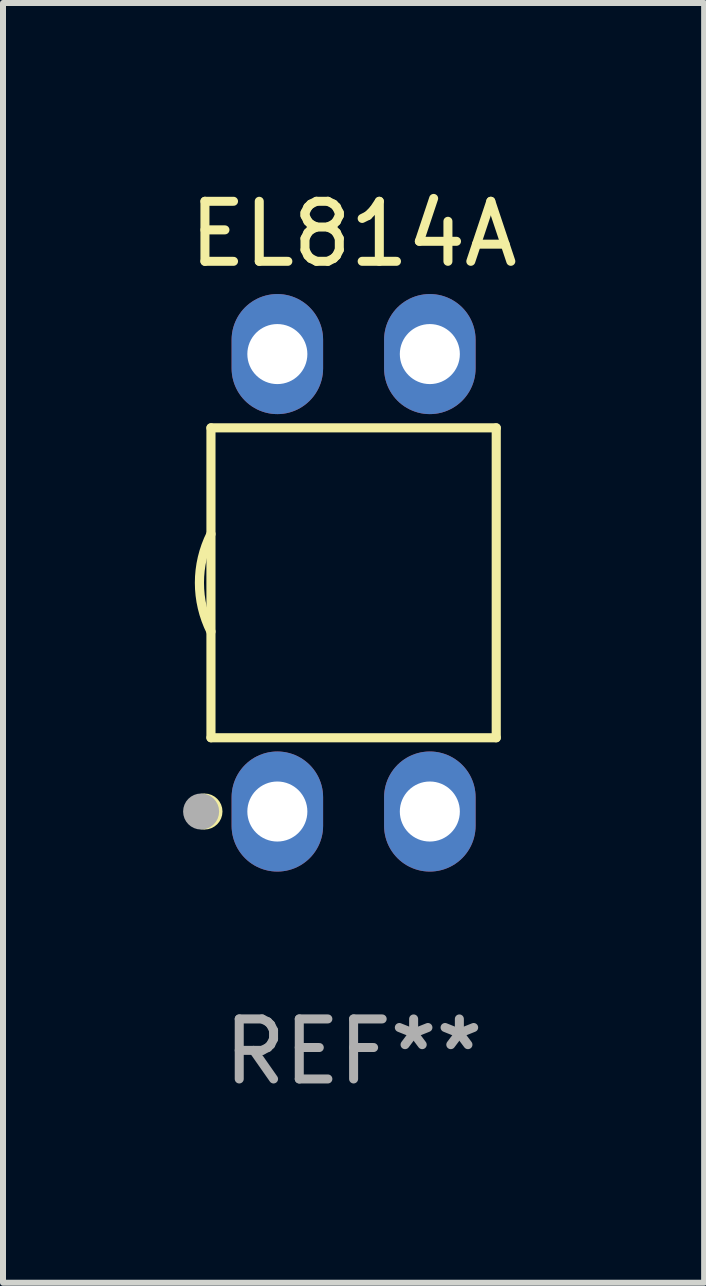
<source format=kicad_pcb>
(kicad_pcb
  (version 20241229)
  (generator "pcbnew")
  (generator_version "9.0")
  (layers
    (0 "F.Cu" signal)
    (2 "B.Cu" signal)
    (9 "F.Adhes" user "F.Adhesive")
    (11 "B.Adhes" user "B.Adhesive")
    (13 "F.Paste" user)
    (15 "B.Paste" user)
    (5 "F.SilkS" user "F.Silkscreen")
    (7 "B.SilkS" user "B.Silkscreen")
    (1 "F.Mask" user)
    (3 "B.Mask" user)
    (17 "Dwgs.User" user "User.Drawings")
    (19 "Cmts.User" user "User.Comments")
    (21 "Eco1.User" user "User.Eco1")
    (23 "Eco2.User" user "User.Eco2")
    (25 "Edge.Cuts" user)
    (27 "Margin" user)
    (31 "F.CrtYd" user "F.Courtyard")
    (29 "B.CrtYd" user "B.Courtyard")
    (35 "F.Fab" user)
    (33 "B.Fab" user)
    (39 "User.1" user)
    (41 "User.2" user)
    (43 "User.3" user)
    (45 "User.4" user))
  (footprint "EL814A"
    (layer "F.Cu")
    (at 2.84 6.658)
    (property "Reference" "EL814A" (at 0 -5.81 0) (layer "F.SilkS") (effects (font (size 1 1) (thickness 0.15))))
    (attr through_hole)
    (fp_line (start -2.376 -2.581) (end 2.376 -2.581) (stroke (width 0.152) (type solid)) (layer "F.SilkS"))
    (fp_line (start -2.376 2.581) (end -2.376 -2.581) (stroke (width 0.152) (type solid)) (layer "F.SilkS"))
    (fp_line (start 2.376 -2.581) (end 2.376 2.581) (stroke (width 0.152) (type solid)) (layer "F.SilkS"))
    (fp_line (start 2.376 2.581) (end -2.376 2.581) (stroke (width 0.152) (type solid)) (layer "F.SilkS"))
    (fp_arc (start -2.3762 0.812496) (mid -2.568004 0) (end -2.3762 -0.812497) (stroke (width 0.1524) (type solid)) (layer "F.SilkS"))
    (fp_circle (center -2.484 3.81) (end -2.334 3.81) (stroke (width 0.3) (type solid)) (fill no) (layer "F.SilkS"))
    (fp_circle (center -2.3 3.935) (end -2.27 3.935) (stroke (width 0.06) (type solid)) (fill no) (layer "F.SilkS"))
    (fp_circle (center -2.54 3.81) (end -2.39 3.81) (stroke (width 0.3) (type solid)) (fill no) (layer "F.Fab"))
    (fp_text user "REF**" (at 0 7.81 0) (layer "F.Fab") (effects (font (size 1 1) (thickness 0.15))))
    (pad "1" thru_hole oval (at -1.27 3.81) (size 1.524 2) (drill 1) (layers "*.Cu" "*.Mask"))
    (pad "2" thru_hole oval (at 1.27 3.81) (size 1.524 2) (drill 1) (layers "*.Cu" "*.Mask"))
    (pad "3" thru_hole oval (at 1.27 -3.81) (size 1.524 2) (drill 1) (layers "*.Cu" "*.Mask"))
    (pad "4" thru_hole oval (at -1.27 -3.81) (size 1.524 2) (drill 1) (layers "*.Cu" "*.Mask")))
  (gr_rect
    (start -3 -3)
    (end 8.679 18.317)
    (stroke (width 0.1) (type default))
    (fill no)
    (layer "Edge.Cuts")))
</source>
